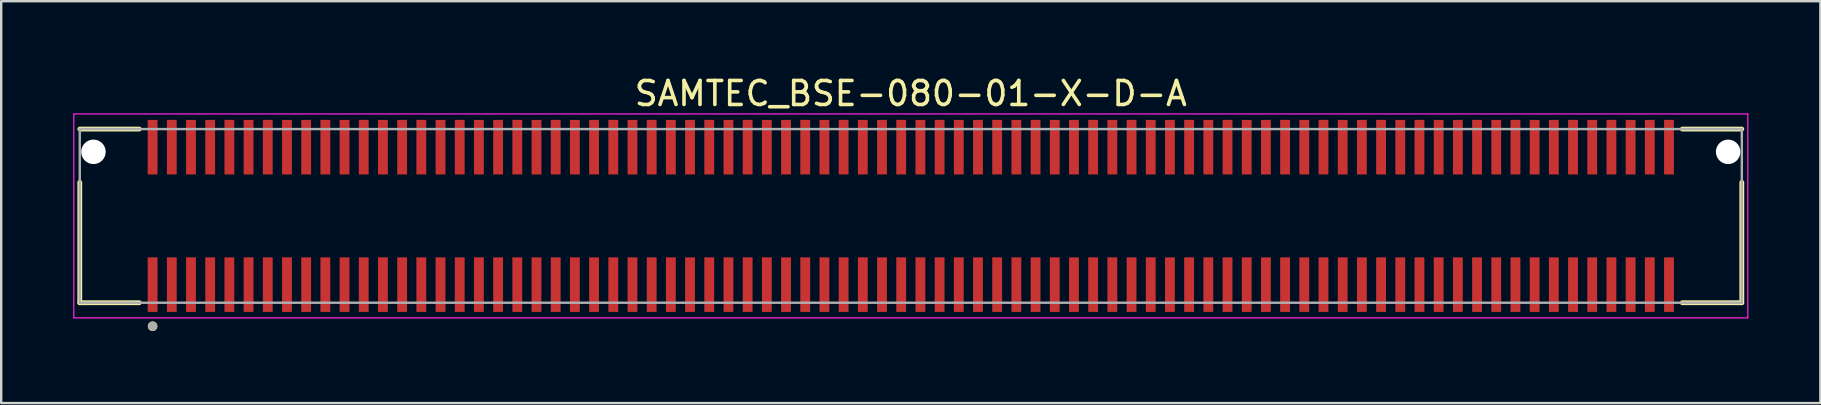
<source format=kicad_pcb>
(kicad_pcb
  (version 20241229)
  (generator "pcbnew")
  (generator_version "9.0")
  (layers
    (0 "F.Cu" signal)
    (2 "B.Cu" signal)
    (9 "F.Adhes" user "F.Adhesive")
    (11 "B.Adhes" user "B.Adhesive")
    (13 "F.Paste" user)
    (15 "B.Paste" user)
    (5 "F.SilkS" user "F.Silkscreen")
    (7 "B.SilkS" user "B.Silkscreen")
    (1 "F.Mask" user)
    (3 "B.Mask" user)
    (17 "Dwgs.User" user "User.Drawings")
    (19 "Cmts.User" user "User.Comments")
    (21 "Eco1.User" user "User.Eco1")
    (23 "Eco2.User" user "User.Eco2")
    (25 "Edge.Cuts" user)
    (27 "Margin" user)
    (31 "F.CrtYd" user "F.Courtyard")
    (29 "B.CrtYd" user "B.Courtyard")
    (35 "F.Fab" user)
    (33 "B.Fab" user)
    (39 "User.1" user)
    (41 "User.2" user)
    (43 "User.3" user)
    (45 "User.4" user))
  (footprint "SAMTEC_BSE-080-01-X-D-A"
    (layer "F.Cu")
    (at 34.91 5.948)
    (property "Reference" "SAMTEC_BSE-080-01-X-D-A" (at 0 -5.1 0) (layer "F.SilkS") (effects (font (size 1 1) (thickness 0.15))))
    (attr through_hole)
    (fp_line (start -34.635 -3.619) (end -32.155 -3.619) (stroke (width 0.2) (type solid)) (layer "F.SilkS"))
    (fp_line (start -34.635 -1.4) (end -34.635 3.619) (stroke (width 0.2) (type solid)) (layer "F.SilkS"))
    (fp_line (start -34.635 3.619) (end -32.155 3.619) (stroke (width 0.2) (type solid)) (layer "F.SilkS"))
    (fp_line (start 34.635 -3.619) (end 32.155 -3.619) (stroke (width 0.2) (type solid)) (layer "F.SilkS"))
    (fp_line (start 34.635 -1.4) (end 34.635 3.619) (stroke (width 0.2) (type solid)) (layer "F.SilkS"))
    (fp_line (start 34.635 3.619) (end 32.155 3.619) (stroke (width 0.2) (type solid)) (layer "F.SilkS"))
    (fp_circle (center -31.6 4.6) (end -31.5 4.6) (stroke (width 0.2) (type solid)) (fill no) (layer "F.SilkS"))
    (fp_line (start -34.885 -4.25) (end -34.885 4.25) (stroke (width 0.05) (type solid)) (layer "F.CrtYd"))
    (fp_line (start -34.885 4.25) (end 34.885 4.25) (stroke (width 0.05) (type solid)) (layer "F.CrtYd"))
    (fp_line (start 34.885 -4.25) (end -34.885 -4.25) (stroke (width 0.05) (type solid)) (layer "F.CrtYd"))
    (fp_line (start 34.885 4.25) (end 34.885 -4.25) (stroke (width 0.05) (type solid)) (layer "F.CrtYd"))
    (fp_line (start -34.635 -3.619) (end -34.635 3.619) (stroke (width 0.1) (type solid)) (layer "F.Fab"))
    (fp_line (start -34.635 3.619) (end 34.635 3.619) (stroke (width 0.1) (type solid)) (layer "F.Fab"))
    (fp_line (start 34.635 -3.619) (end -34.635 -3.619) (stroke (width 0.1) (type solid)) (layer "F.Fab"))
    (fp_line (start 34.635 3.619) (end 34.635 -3.619) (stroke (width 0.1) (type solid)) (layer "F.Fab"))
    (fp_circle (center -31.6 4.6) (end -31.5 4.6) (stroke (width 0.2) (type solid)) (fill no) (layer "F.Fab"))
    (pad "" np_thru_hole circle (at -34.065 -2.67) (size 1.02 1.02) (drill 1.02) (layers "*.Cu" "*.Mask"))
    (pad "" np_thru_hole circle (at 34.065 -2.67) (size 1.02 1.02) (drill 1.02) (layers "*.Cu" "*.Mask"))
    (pad "01" smd rect (at -31.6 2.864) (size 0.41 2.273) (layers "F.Cu" "F.Mask" "F.Paste"))
    (pad "02" smd rect (at -31.6 -2.864) (size 0.41 2.273) (layers "F.Cu" "F.Mask" "F.Paste"))
    (pad "03" smd rect (at -30.8 2.864) (size 0.41 2.273) (layers "F.Cu" "F.Mask" "F.Paste"))
    (pad "04" smd rect (at -30.8 -2.864) (size 0.41 2.273) (layers "F.Cu" "F.Mask" "F.Paste"))
    (pad "05" smd rect (at -30 2.864) (size 0.41 2.273) (layers "F.Cu" "F.Mask" "F.Paste"))
    (pad "06" smd rect (at -30 -2.864) (size 0.41 2.273) (layers "F.Cu" "F.Mask" "F.Paste"))
    (pad "07" smd rect (at -29.2 2.864) (size 0.41 2.273) (layers "F.Cu" "F.Mask" "F.Paste"))
    (pad "08" smd rect (at -29.2 -2.864) (size 0.41 2.273) (layers "F.Cu" "F.Mask" "F.Paste"))
    (pad "09" smd rect (at -28.4 2.864) (size 0.41 2.273) (layers "F.Cu" "F.Mask" "F.Paste"))
    (pad "10" smd rect (at -28.4 -2.864) (size 0.41 2.273) (layers "F.Cu" "F.Mask" "F.Paste"))
    (pad "11" smd rect (at -27.6 2.864) (size 0.41 2.273) (layers "F.Cu" "F.Mask" "F.Paste"))
    (pad "12" smd rect (at -27.6 -2.864) (size 0.41 2.273) (layers "F.Cu" "F.Mask" "F.Paste"))
    (pad "13" smd rect (at -26.8 2.864) (size 0.41 2.273) (layers "F.Cu" "F.Mask" "F.Paste"))
    (pad "14" smd rect (at -26.8 -2.864) (size 0.41 2.273) (layers "F.Cu" "F.Mask" "F.Paste"))
    (pad "15" smd rect (at -26 2.864) (size 0.41 2.273) (layers "F.Cu" "F.Mask" "F.Paste"))
    (pad "16" smd rect (at -26 -2.864) (size 0.41 2.273) (layers "F.Cu" "F.Mask" "F.Paste"))
    (pad "17" smd rect (at -25.2 2.864) (size 0.41 2.273) (layers "F.Cu" "F.Mask" "F.Paste"))
    (pad "18" smd rect (at -25.2 -2.864) (size 0.41 2.273) (layers "F.Cu" "F.Mask" "F.Paste"))
    (pad "19" smd rect (at -24.4 2.864) (size 0.41 2.273) (layers "F.Cu" "F.Mask" "F.Paste"))
    (pad "20" smd rect (at -24.4 -2.864) (size 0.41 2.273) (layers "F.Cu" "F.Mask" "F.Paste"))
    (pad "21" smd rect (at -23.6 2.864) (size 0.41 2.273) (layers "F.Cu" "F.Mask" "F.Paste"))
    (pad "22" smd rect (at -23.6 -2.864) (size 0.41 2.273) (layers "F.Cu" "F.Mask" "F.Paste"))
    (pad "23" smd rect (at -22.8 2.864) (size 0.41 2.273) (layers "F.Cu" "F.Mask" "F.Paste"))
    (pad "24" smd rect (at -22.8 -2.864) (size 0.41 2.273) (layers "F.Cu" "F.Mask" "F.Paste"))
    (pad "25" smd rect (at -22 2.864) (size 0.41 2.273) (layers "F.Cu" "F.Mask" "F.Paste"))
    (pad "26" smd rect (at -22 -2.864) (size 0.41 2.273) (layers "F.Cu" "F.Mask" "F.Paste"))
    (pad "27" smd rect (at -21.2 2.864) (size 0.41 2.273) (layers "F.Cu" "F.Mask" "F.Paste"))
    (pad "28" smd rect (at -21.2 -2.864) (size 0.41 2.273) (layers "F.Cu" "F.Mask" "F.Paste"))
    (pad "29" smd rect (at -20.4 2.864) (size 0.41 2.273) (layers "F.Cu" "F.Mask" "F.Paste"))
    (pad "30" smd rect (at -20.4 -2.864) (size 0.41 2.273) (layers "F.Cu" "F.Mask" "F.Paste"))
    (pad "31" smd rect (at -19.6 2.864) (size 0.41 2.273) (layers "F.Cu" "F.Mask" "F.Paste"))
    (pad "32" smd rect (at -19.6 -2.864) (size 0.41 2.273) (layers "F.Cu" "F.Mask" "F.Paste"))
    (pad "33" smd rect (at -18.8 2.864) (size 0.41 2.273) (layers "F.Cu" "F.Mask" "F.Paste"))
    (pad "34" smd rect (at -18.8 -2.864) (size 0.41 2.273) (layers "F.Cu" "F.Mask" "F.Paste"))
    (pad "35" smd rect (at -18 2.864) (size 0.41 2.273) (layers "F.Cu" "F.Mask" "F.Paste"))
    (pad "36" smd rect (at -18 -2.864) (size 0.41 2.273) (layers "F.Cu" "F.Mask" "F.Paste"))
    (pad "37" smd rect (at -17.2 2.864) (size 0.41 2.273) (layers "F.Cu" "F.Mask" "F.Paste"))
    (pad "38" smd rect (at -17.2 -2.864) (size 0.41 2.273) (layers "F.Cu" "F.Mask" "F.Paste"))
    (pad "39" smd rect (at -16.4 2.864) (size 0.41 2.273) (layers "F.Cu" "F.Mask" "F.Paste"))
    (pad "40" smd rect (at -16.4 -2.864) (size 0.41 2.273) (layers "F.Cu" "F.Mask" "F.Paste"))
    (pad "41" smd rect (at -15.6 2.864) (size 0.41 2.273) (layers "F.Cu" "F.Mask" "F.Paste"))
    (pad "42" smd rect (at -15.6 -2.864) (size 0.41 2.273) (layers "F.Cu" "F.Mask" "F.Paste"))
    (pad "43" smd rect (at -14.8 2.864) (size 0.41 2.273) (layers "F.Cu" "F.Mask" "F.Paste"))
    (pad "44" smd rect (at -14.8 -2.864) (size 0.41 2.273) (layers "F.Cu" "F.Mask" "F.Paste"))
    (pad "45" smd rect (at -14 2.864) (size 0.41 2.273) (layers "F.Cu" "F.Mask" "F.Paste"))
    (pad "46" smd rect (at -14 -2.864) (size 0.41 2.273) (layers "F.Cu" "F.Mask" "F.Paste"))
    (pad "47" smd rect (at -13.2 2.864) (size 0.41 2.273) (layers "F.Cu" "F.Mask" "F.Paste"))
    (pad "48" smd rect (at -13.2 -2.864) (size 0.41 2.273) (layers "F.Cu" "F.Mask" "F.Paste"))
    (pad "49" smd rect (at -12.4 2.864) (size 0.41 2.273) (layers "F.Cu" "F.Mask" "F.Paste"))
    (pad "50" smd rect (at -12.4 -2.864) (size 0.41 2.273) (layers "F.Cu" "F.Mask" "F.Paste"))
    (pad "51" smd rect (at -11.6 2.864) (size 0.41 2.273) (layers "F.Cu" "F.Mask" "F.Paste"))
    (pad "52" smd rect (at -11.6 -2.864) (size 0.41 2.273) (layers "F.Cu" "F.Mask" "F.Paste"))
    (pad "53" smd rect (at -10.8 2.864) (size 0.41 2.273) (layers "F.Cu" "F.Mask" "F.Paste"))
    (pad "54" smd rect (at -10.8 -2.864) (size 0.41 2.273) (layers "F.Cu" "F.Mask" "F.Paste"))
    (pad "55" smd rect (at -10 2.864) (size 0.41 2.273) (layers "F.Cu" "F.Mask" "F.Paste"))
    (pad "56" smd rect (at -10 -2.864) (size 0.41 2.273) (layers "F.Cu" "F.Mask" "F.Paste"))
    (pad "57" smd rect (at -9.2 2.864) (size 0.41 2.273) (layers "F.Cu" "F.Mask" "F.Paste"))
    (pad "58" smd rect (at -9.2 -2.864) (size 0.41 2.273) (layers "F.Cu" "F.Mask" "F.Paste"))
    (pad "59" smd rect (at -8.4 2.864) (size 0.41 2.273) (layers "F.Cu" "F.Mask" "F.Paste"))
    (pad "60" smd rect (at -8.4 -2.864) (size 0.41 2.273) (layers "F.Cu" "F.Mask" "F.Paste"))
    (pad "61" smd rect (at -7.6 2.864) (size 0.41 2.273) (layers "F.Cu" "F.Mask" "F.Paste"))
    (pad "62" smd rect (at -7.6 -2.864) (size 0.41 2.273) (layers "F.Cu" "F.Mask" "F.Paste"))
    (pad "63" smd rect (at -6.8 2.864) (size 0.41 2.273) (layers "F.Cu" "F.Mask" "F.Paste"))
    (pad "64" smd rect (at -6.8 -2.864) (size 0.41 2.273) (layers "F.Cu" "F.Mask" "F.Paste"))
    (pad "65" smd rect (at -6 2.864) (size 0.41 2.273) (layers "F.Cu" "F.Mask" "F.Paste"))
    (pad "66" smd rect (at -6 -2.864) (size 0.41 2.273) (layers "F.Cu" "F.Mask" "F.Paste"))
    (pad "67" smd rect (at -5.2 2.864) (size 0.41 2.273) (layers "F.Cu" "F.Mask" "F.Paste"))
    (pad "68" smd rect (at -5.2 -2.864) (size 0.41 2.273) (layers "F.Cu" "F.Mask" "F.Paste"))
    (pad "69" smd rect (at -4.4 2.864) (size 0.41 2.273) (layers "F.Cu" "F.Mask" "F.Paste"))
    (pad "70" smd rect (at -4.4 -2.864) (size 0.41 2.273) (layers "F.Cu" "F.Mask" "F.Paste"))
    (pad "71" smd rect (at -3.6 2.864) (size 0.41 2.273) (layers "F.Cu" "F.Mask" "F.Paste"))
    (pad "72" smd rect (at -3.6 -2.864) (size 0.41 2.273) (layers "F.Cu" "F.Mask" "F.Paste"))
    (pad "73" smd rect (at -2.8 2.864) (size 0.41 2.273) (layers "F.Cu" "F.Mask" "F.Paste"))
    (pad "74" smd rect (at -2.8 -2.864) (size 0.41 2.273) (layers "F.Cu" "F.Mask" "F.Paste"))
    (pad "75" smd rect (at -2 2.864) (size 0.41 2.273) (layers "F.Cu" "F.Mask" "F.Paste"))
    (pad "76" smd rect (at -2 -2.864) (size 0.41 2.273) (layers "F.Cu" "F.Mask" "F.Paste"))
    (pad "77" smd rect (at -1.2 2.864) (size 0.41 2.273) (layers "F.Cu" "F.Mask" "F.Paste"))
    (pad "78" smd rect (at -1.2 -2.864) (size 0.41 2.273) (layers "F.Cu" "F.Mask" "F.Paste"))
    (pad "79" smd rect (at -0.4 2.864) (size 0.41 2.273) (layers "F.Cu" "F.Mask" "F.Paste"))
    (pad "80" smd rect (at -0.4 -2.864) (size 0.41 2.273) (layers "F.Cu" "F.Mask" "F.Paste"))
    (pad "81" smd rect (at 0.4 2.864) (size 0.41 2.273) (layers "F.Cu" "F.Mask" "F.Paste"))
    (pad "82" smd rect (at 0.4 -2.864) (size 0.41 2.273) (layers "F.Cu" "F.Mask" "F.Paste"))
    (pad "83" smd rect (at 1.2 2.864) (size 0.41 2.273) (layers "F.Cu" "F.Mask" "F.Paste"))
    (pad "84" smd rect (at 1.2 -2.864) (size 0.41 2.273) (layers "F.Cu" "F.Mask" "F.Paste"))
    (pad "85" smd rect (at 2 2.864) (size 0.41 2.273) (layers "F.Cu" "F.Mask" "F.Paste"))
    (pad "86" smd rect (at 2 -2.864) (size 0.41 2.273) (layers "F.Cu" "F.Mask" "F.Paste"))
    (pad "87" smd rect (at 2.8 2.864) (size 0.41 2.273) (layers "F.Cu" "F.Mask" "F.Paste"))
    (pad "88" smd rect (at 2.8 -2.864) (size 0.41 2.273) (layers "F.Cu" "F.Mask" "F.Paste"))
    (pad "89" smd rect (at 3.6 2.864) (size 0.41 2.273) (layers "F.Cu" "F.Mask" "F.Paste"))
    (pad "90" smd rect (at 3.6 -2.864) (size 0.41 2.273) (layers "F.Cu" "F.Mask" "F.Paste"))
    (pad "91" smd rect (at 4.4 2.864) (size 0.41 2.273) (layers "F.Cu" "F.Mask" "F.Paste"))
    (pad "92" smd rect (at 4.4 -2.864) (size 0.41 2.273) (layers "F.Cu" "F.Mask" "F.Paste"))
    (pad "93" smd rect (at 5.2 2.864) (size 0.41 2.273) (layers "F.Cu" "F.Mask" "F.Paste"))
    (pad "94" smd rect (at 5.2 -2.864) (size 0.41 2.273) (layers "F.Cu" "F.Mask" "F.Paste"))
    (pad "95" smd rect (at 6 2.864) (size 0.41 2.273) (layers "F.Cu" "F.Mask" "F.Paste"))
    (pad "96" smd rect (at 6 -2.864) (size 0.41 2.273) (layers "F.Cu" "F.Mask" "F.Paste"))
    (pad "97" smd rect (at 6.8 2.864) (size 0.41 2.273) (layers "F.Cu" "F.Mask" "F.Paste"))
    (pad "98" smd rect (at 6.8 -2.864) (size 0.41 2.273) (layers "F.Cu" "F.Mask" "F.Paste"))
    (pad "99" smd rect (at 7.6 2.864) (size 0.41 2.273) (layers "F.Cu" "F.Mask" "F.Paste"))
    (pad "100" smd rect (at 7.6 -2.864) (size 0.41 2.273) (layers "F.Cu" "F.Mask" "F.Paste"))
    (pad "101" smd rect (at 8.4 2.864) (size 0.41 2.273) (layers "F.Cu" "F.Mask" "F.Paste"))
    (pad "102" smd rect (at 8.4 -2.864) (size 0.41 2.273) (layers "F.Cu" "F.Mask" "F.Paste"))
    (pad "103" smd rect (at 9.2 2.864) (size 0.41 2.273) (layers "F.Cu" "F.Mask" "F.Paste"))
    (pad "104" smd rect (at 9.2 -2.864) (size 0.41 2.273) (layers "F.Cu" "F.Mask" "F.Paste"))
    (pad "105" smd rect (at 10 2.864) (size 0.41 2.273) (layers "F.Cu" "F.Mask" "F.Paste"))
    (pad "106" smd rect (at 10 -2.864) (size 0.41 2.273) (layers "F.Cu" "F.Mask" "F.Paste"))
    (pad "107" smd rect (at 10.8 2.864) (size 0.41 2.273) (layers "F.Cu" "F.Mask" "F.Paste"))
    (pad "108" smd rect (at 10.8 -2.864) (size 0.41 2.273) (layers "F.Cu" "F.Mask" "F.Paste"))
    (pad "109" smd rect (at 11.6 2.864) (size 0.41 2.273) (layers "F.Cu" "F.Mask" "F.Paste"))
    (pad "110" smd rect (at 11.6 -2.864) (size 0.41 2.273) (layers "F.Cu" "F.Mask" "F.Paste"))
    (pad "111" smd rect (at 12.4 2.864) (size 0.41 2.273) (layers "F.Cu" "F.Mask" "F.Paste"))
    (pad "112" smd rect (at 12.4 -2.864) (size 0.41 2.273) (layers "F.Cu" "F.Mask" "F.Paste"))
    (pad "113" smd rect (at 13.2 2.864) (size 0.41 2.273) (layers "F.Cu" "F.Mask" "F.Paste"))
    (pad "114" smd rect (at 13.2 -2.864) (size 0.41 2.273) (layers "F.Cu" "F.Mask" "F.Paste"))
    (pad "115" smd rect (at 14 2.864) (size 0.41 2.273) (layers "F.Cu" "F.Mask" "F.Paste"))
    (pad "116" smd rect (at 14 -2.864) (size 0.41 2.273) (layers "F.Cu" "F.Mask" "F.Paste"))
    (pad "117" smd rect (at 14.8 2.864) (size 0.41 2.273) (layers "F.Cu" "F.Mask" "F.Paste"))
    (pad "118" smd rect (at 14.8 -2.864) (size 0.41 2.273) (layers "F.Cu" "F.Mask" "F.Paste"))
    (pad "119" smd rect (at 15.6 2.864) (size 0.41 2.273) (layers "F.Cu" "F.Mask" "F.Paste"))
    (pad "120" smd rect (at 15.6 -2.864) (size 0.41 2.273) (layers "F.Cu" "F.Mask" "F.Paste"))
    (pad "121" smd rect (at 16.4 2.864) (size 0.41 2.273) (layers "F.Cu" "F.Mask" "F.Paste"))
    (pad "122" smd rect (at 16.4 -2.864) (size 0.41 2.273) (layers "F.Cu" "F.Mask" "F.Paste"))
    (pad "123" smd rect (at 17.2 2.864) (size 0.41 2.273) (layers "F.Cu" "F.Mask" "F.Paste"))
    (pad "124" smd rect (at 17.2 -2.864) (size 0.41 2.273) (layers "F.Cu" "F.Mask" "F.Paste"))
    (pad "125" smd rect (at 18 2.864) (size 0.41 2.273) (layers "F.Cu" "F.Mask" "F.Paste"))
    (pad "126" smd rect (at 18 -2.864) (size 0.41 2.273) (layers "F.Cu" "F.Mask" "F.Paste"))
    (pad "127" smd rect (at 18.8 2.864) (size 0.41 2.273) (layers "F.Cu" "F.Mask" "F.Paste"))
    (pad "128" smd rect (at 18.8 -2.864) (size 0.41 2.273) (layers "F.Cu" "F.Mask" "F.Paste"))
    (pad "129" smd rect (at 19.6 2.864) (size 0.41 2.273) (layers "F.Cu" "F.Mask" "F.Paste"))
    (pad "130" smd rect (at 19.6 -2.864) (size 0.41 2.273) (layers "F.Cu" "F.Mask" "F.Paste"))
    (pad "131" smd rect (at 20.4 2.864) (size 0.41 2.273) (layers "F.Cu" "F.Mask" "F.Paste"))
    (pad "132" smd rect (at 20.4 -2.864) (size 0.41 2.273) (layers "F.Cu" "F.Mask" "F.Paste"))
    (pad "133" smd rect (at 21.2 2.864) (size 0.41 2.273) (layers "F.Cu" "F.Mask" "F.Paste"))
    (pad "134" smd rect (at 21.2 -2.864) (size 0.41 2.273) (layers "F.Cu" "F.Mask" "F.Paste"))
    (pad "135" smd rect (at 22 2.864) (size 0.41 2.273) (layers "F.Cu" "F.Mask" "F.Paste"))
    (pad "136" smd rect (at 22 -2.864) (size 0.41 2.273) (layers "F.Cu" "F.Mask" "F.Paste"))
    (pad "137" smd rect (at 22.8 2.864) (size 0.41 2.273) (layers "F.Cu" "F.Mask" "F.Paste"))
    (pad "138" smd rect (at 22.8 -2.864) (size 0.41 2.273) (layers "F.Cu" "F.Mask" "F.Paste"))
    (pad "139" smd rect (at 23.6 2.864) (size 0.41 2.273) (layers "F.Cu" "F.Mask" "F.Paste"))
    (pad "140" smd rect (at 23.6 -2.864) (size 0.41 2.273) (layers "F.Cu" "F.Mask" "F.Paste"))
    (pad "141" smd rect (at 24.4 2.864) (size 0.41 2.273) (layers "F.Cu" "F.Mask" "F.Paste"))
    (pad "142" smd rect (at 24.4 -2.864) (size 0.41 2.273) (layers "F.Cu" "F.Mask" "F.Paste"))
    (pad "143" smd rect (at 25.2 2.864) (size 0.41 2.273) (layers "F.Cu" "F.Mask" "F.Paste"))
    (pad "144" smd rect (at 25.2 -2.864) (size 0.41 2.273) (layers "F.Cu" "F.Mask" "F.Paste"))
    (pad "145" smd rect (at 26 2.864) (size 0.41 2.273) (layers "F.Cu" "F.Mask" "F.Paste"))
    (pad "146" smd rect (at 26 -2.864) (size 0.41 2.273) (layers "F.Cu" "F.Mask" "F.Paste"))
    (pad "147" smd rect (at 26.8 2.864) (size 0.41 2.273) (layers "F.Cu" "F.Mask" "F.Paste"))
    (pad "148" smd rect (at 26.8 -2.864) (size 0.41 2.273) (layers "F.Cu" "F.Mask" "F.Paste"))
    (pad "149" smd rect (at 27.6 2.864) (size 0.41 2.273) (layers "F.Cu" "F.Mask" "F.Paste"))
    (pad "150" smd rect (at 27.6 -2.864) (size 0.41 2.273) (layers "F.Cu" "F.Mask" "F.Paste"))
    (pad "151" smd rect (at 28.4 2.864) (size 0.41 2.273) (layers "F.Cu" "F.Mask" "F.Paste"))
    (pad "152" smd rect (at 28.4 -2.864) (size 0.41 2.273) (layers "F.Cu" "F.Mask" "F.Paste"))
    (pad "153" smd rect (at 29.2 2.864) (size 0.41 2.273) (layers "F.Cu" "F.Mask" "F.Paste"))
    (pad "154" smd rect (at 29.2 -2.864) (size 0.41 2.273) (layers "F.Cu" "F.Mask" "F.Paste"))
    (pad "155" smd rect (at 30 2.864) (size 0.41 2.273) (layers "F.Cu" "F.Mask" "F.Paste"))
    (pad "156" smd rect (at 30 -2.864) (size 0.41 2.273) (layers "F.Cu" "F.Mask" "F.Paste"))
    (pad "157" smd rect (at 30.8 2.864) (size 0.41 2.273) (layers "F.Cu" "F.Mask" "F.Paste"))
    (pad "158" smd rect (at 30.8 -2.864) (size 0.41 2.273) (layers "F.Cu" "F.Mask" "F.Paste"))
    (pad "159" smd rect (at 31.6 2.864) (size 0.41 2.273) (layers "F.Cu" "F.Mask" "F.Paste"))
    (pad "160" smd rect (at 31.6 -2.864) (size 0.41 2.273) (layers "F.Cu" "F.Mask" "F.Paste")))
  (gr_rect
    (start -3 -3)
    (end 72.82 13.748)
    (stroke (width 0.1) (type default))
    (fill no)
    (layer "Edge.Cuts")))
</source>
